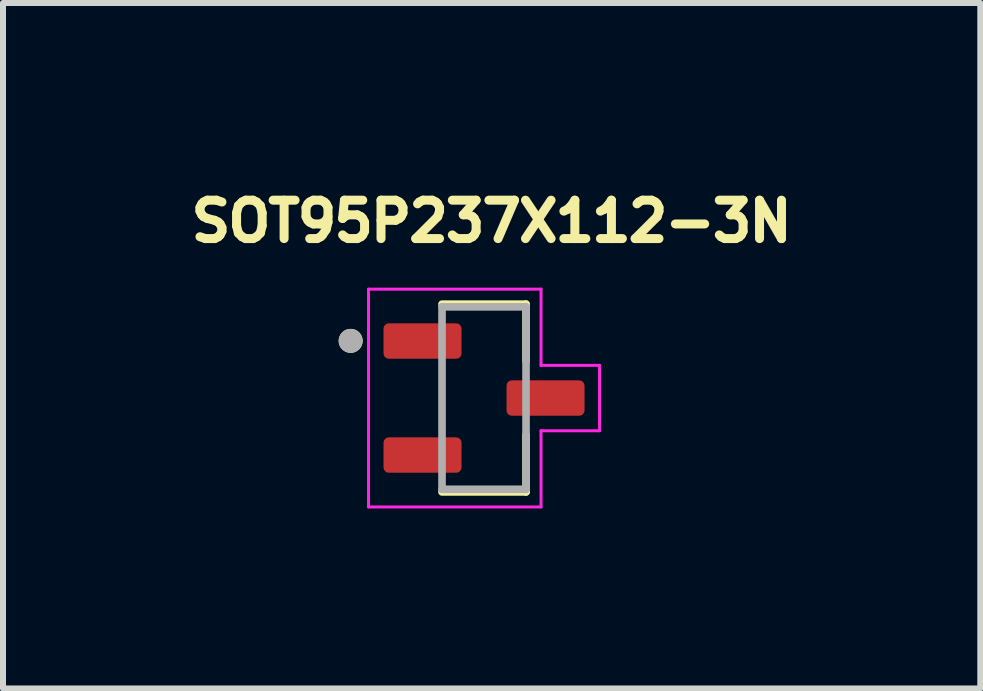
<source format=kicad_pcb>
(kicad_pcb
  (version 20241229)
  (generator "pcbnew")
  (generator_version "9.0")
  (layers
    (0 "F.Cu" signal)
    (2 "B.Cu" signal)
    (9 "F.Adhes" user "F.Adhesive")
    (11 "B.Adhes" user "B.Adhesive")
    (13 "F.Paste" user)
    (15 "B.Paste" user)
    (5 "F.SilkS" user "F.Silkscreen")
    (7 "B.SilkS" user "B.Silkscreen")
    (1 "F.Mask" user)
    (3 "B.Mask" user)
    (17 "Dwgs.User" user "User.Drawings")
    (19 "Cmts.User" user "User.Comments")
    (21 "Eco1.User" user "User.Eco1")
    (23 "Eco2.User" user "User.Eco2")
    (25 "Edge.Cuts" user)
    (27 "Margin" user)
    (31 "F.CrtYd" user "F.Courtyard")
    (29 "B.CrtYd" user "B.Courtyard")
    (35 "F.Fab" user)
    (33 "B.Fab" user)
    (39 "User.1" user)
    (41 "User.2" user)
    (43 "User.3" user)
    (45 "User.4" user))
  (footprint "SOT95P237X112-3N"
    (layer "F.Cu")
    (at 5.017 3.584)
    (property "Reference" "SOT95P237X112-3N" (at 0.127 -2.946 0) (layer "F.SilkS") (effects (font (size 0.64 0.64) (thickness 0.15))))
    (attr smd)
    (fp_line (start -0.7 1.565) (end 0.7 1.565) (stroke (width 0.127) (type solid)) (layer "F.SilkS"))
    (fp_line (start 0.7 -1.565) (end -0.7 -1.565) (stroke (width 0.127) (type solid)) (layer "F.SilkS"))
    (fp_line (start 0.7 -1.565) (end 0.7 -0.615) (stroke (width 0.127) (type solid)) (layer "F.SilkS"))
    (fp_line (start 0.7 1.565) (end 0.7 0.615) (stroke (width 0.127) (type solid)) (layer "F.SilkS"))
    (fp_circle (center -2.223 -0.953) (end -2.123 -0.953) (stroke (width 0.2) (type solid)) (fill no) (layer "F.SilkS"))
    (fp_line (start -1.925 -1.815) (end 0.95 -1.815) (stroke (width 0.05) (type solid)) (layer "F.CrtYd"))
    (fp_line (start -1.925 1.815) (end -1.925 -1.815) (stroke (width 0.05) (type solid)) (layer "F.CrtYd"))
    (fp_line (start 0.95 -1.815) (end 0.95 -0.545) (stroke (width 0.05) (type solid)) (layer "F.CrtYd"))
    (fp_line (start 0.95 -0.545) (end 1.925 -0.545) (stroke (width 0.05) (type solid)) (layer "F.CrtYd"))
    (fp_line (start 0.95 0.545) (end 1.925 0.545) (stroke (width 0.05) (type solid)) (layer "F.CrtYd"))
    (fp_line (start 0.95 1.815) (end -1.925 1.815) (stroke (width 0.05) (type solid)) (layer "F.CrtYd"))
    (fp_line (start 0.95 1.815) (end 0.95 0.545) (stroke (width 0.05) (type solid)) (layer "F.CrtYd"))
    (fp_line (start 1.925 0.545) (end 1.925 -0.545) (stroke (width 0.05) (type solid)) (layer "F.CrtYd"))
    (fp_line (start -0.7 -1.52) (end -0.7 1.52) (stroke (width 0.127) (type solid)) (layer "F.Fab"))
    (fp_line (start -0.7 1.52) (end 0.7 1.52) (stroke (width 0.127) (type solid)) (layer "F.Fab"))
    (fp_line (start 0.7 -1.52) (end -0.7 -1.52) (stroke (width 0.127) (type solid)) (layer "F.Fab"))
    (fp_line (start 0.7 1.52) (end 0.7 -1.52) (stroke (width 0.127) (type solid)) (layer "F.Fab"))
    (fp_circle (center -2.223 -0.953) (end -2.123 -0.953) (stroke (width 0.2) (type solid)) (fill no) (layer "F.Fab"))
    (pad "1" smd roundrect (at -1.025 -0.95) (size 1.3 0.59) (layers "F.Cu" "F.Mask" "F.Paste") (roundrect_rratio 0.15))
    (pad "2" smd roundrect (at -1.025 0.95) (size 1.3 0.59) (layers "F.Cu" "F.Mask" "F.Paste") (roundrect_rratio 0.15))
    (pad "3" smd roundrect (at 1.025 0) (size 1.3 0.59) (layers "F.Cu" "F.Mask" "F.Paste") (roundrect_rratio 0.15)))
  (gr_rect
    (start -3 -3)
    (end 13.288 8.424)
    (stroke (width 0.1) (type default))
    (fill no)
    (layer "Edge.Cuts")))
</source>
